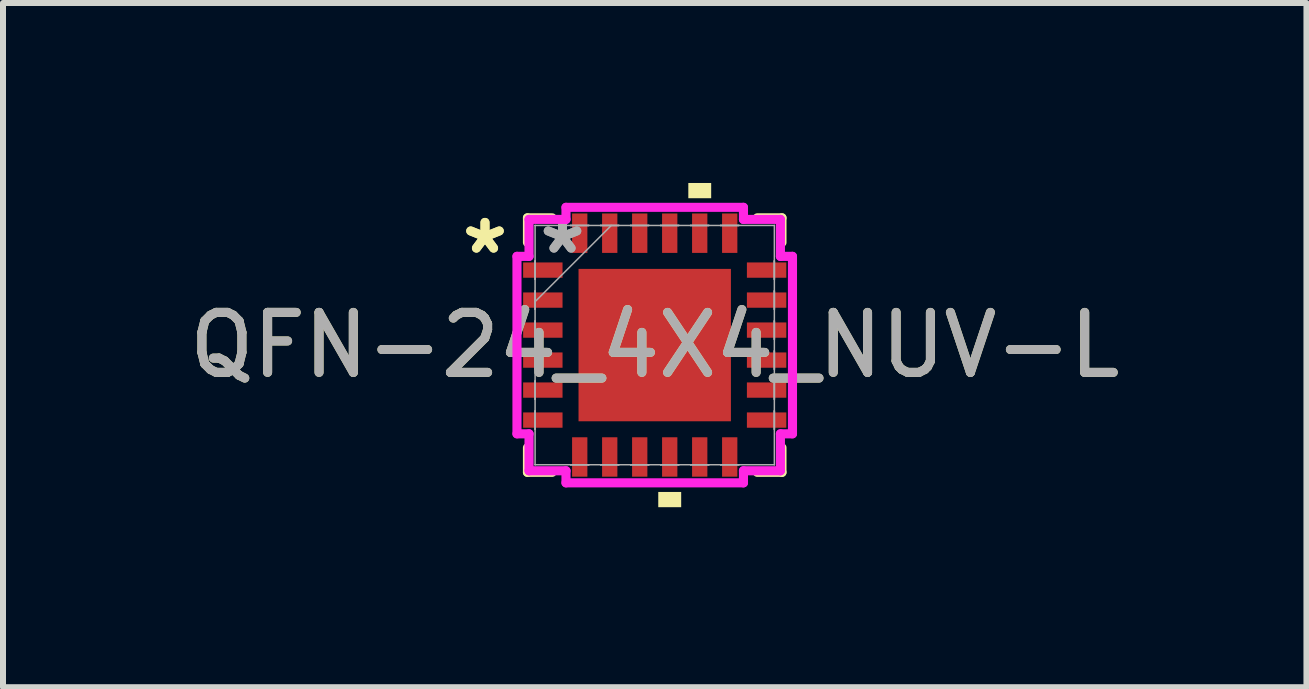
<source format=kicad_pcb>
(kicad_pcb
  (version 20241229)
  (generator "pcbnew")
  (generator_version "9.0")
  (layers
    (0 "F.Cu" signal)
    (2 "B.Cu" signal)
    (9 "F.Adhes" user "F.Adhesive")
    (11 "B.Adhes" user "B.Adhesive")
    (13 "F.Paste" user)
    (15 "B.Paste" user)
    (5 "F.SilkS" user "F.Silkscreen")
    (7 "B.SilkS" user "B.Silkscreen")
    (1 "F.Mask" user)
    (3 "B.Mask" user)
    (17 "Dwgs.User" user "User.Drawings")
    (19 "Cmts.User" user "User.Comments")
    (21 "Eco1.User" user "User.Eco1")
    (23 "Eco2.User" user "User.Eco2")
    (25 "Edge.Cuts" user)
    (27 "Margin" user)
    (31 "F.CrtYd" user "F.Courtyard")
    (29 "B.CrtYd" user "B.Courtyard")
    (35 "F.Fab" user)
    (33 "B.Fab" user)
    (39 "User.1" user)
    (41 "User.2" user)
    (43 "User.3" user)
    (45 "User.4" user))
  (footprint "QFN-24_4X4_NUV-L"
    (layer "F.Cu")
    (at 7.863 2.702)
    (property "Reference" "QFN-24_4X4_NUV-L" (at 0 0 0) (unlocked yes) (layer "F.SilkS") (effects (font (size 1 1) (thickness 0.15))))
    (attr smd)
    (fp_line (start -2.121 -2.121) (end -2.121 -1.71) (stroke (width 0.152) (type solid)) (layer "F.SilkS"))
    (fp_line (start -2.121 1.71) (end -2.121 2.121) (stroke (width 0.152) (type solid)) (layer "F.SilkS"))
    (fp_line (start -2.121 2.121) (end -1.71 2.121) (stroke (width 0.152) (type solid)) (layer "F.SilkS"))
    (fp_line (start -1.71 -2.121) (end -2.121 -2.121) (stroke (width 0.152) (type solid)) (layer "F.SilkS"))
    (fp_line (start 1.71 2.121) (end 2.121 2.121) (stroke (width 0.152) (type solid)) (layer "F.SilkS"))
    (fp_line (start 2.121 -2.121) (end 1.71 -2.121) (stroke (width 0.152) (type solid)) (layer "F.SilkS"))
    (fp_line (start 2.121 -1.71) (end 2.121 -2.121) (stroke (width 0.152) (type solid)) (layer "F.SilkS"))
    (fp_line (start 2.121 2.121) (end 2.121 1.71) (stroke (width 0.152) (type solid)) (layer "F.SilkS"))
    (fp_poly (pts (xy 0.059 2.448) (xy 0.059 2.702) (xy 0.441 2.702) (xy 0.441 2.448)) (stroke (width 0) (type solid)) (fill yes) (layer "F.SilkS"))
    (fp_poly (pts (xy 0.56 -2.448) (xy 0.56 -2.702) (xy 0.941 -2.702) (xy 0.941 -2.448)) (stroke (width 0) (type solid)) (fill yes) (layer "F.SilkS"))
    (fp_poly (pts (xy -1.17 -1.17) (xy -1.17 -0.1) (xy -0.1 -0.1) (xy -0.1 -1.17)) (stroke (width 0) (type solid)) (fill yes) (layer "F.Paste"))
    (fp_poly (pts (xy -1.17 0.1) (xy -1.17 1.17) (xy -0.1 1.17) (xy -0.1 0.1)) (stroke (width 0) (type solid)) (fill yes) (layer "F.Paste"))
    (fp_poly (pts (xy 0.1 -1.17) (xy 0.1 -0.1) (xy 1.17 -0.1) (xy 1.17 -1.17)) (stroke (width 0) (type solid)) (fill yes) (layer "F.Paste"))
    (fp_poly (pts (xy 0.1 0.1) (xy 0.1 1.17) (xy 1.17 1.17) (xy 1.17 0.1)) (stroke (width 0) (type solid)) (fill yes) (layer "F.Paste"))
    (fp_line (start -2.296 -1.479) (end -2.095 -1.479) (stroke (width 0.152) (type solid)) (layer "F.CrtYd"))
    (fp_line (start -2.296 1.479) (end -2.296 -1.479) (stroke (width 0.152) (type solid)) (layer "F.CrtYd"))
    (fp_line (start -2.095 -2.095) (end -1.479 -2.095) (stroke (width 0.152) (type solid)) (layer "F.CrtYd"))
    (fp_line (start -2.095 -1.479) (end -2.095 -2.095) (stroke (width 0.152) (type solid)) (layer "F.CrtYd"))
    (fp_line (start -2.095 1.479) (end -2.296 1.479) (stroke (width 0.152) (type solid)) (layer "F.CrtYd"))
    (fp_line (start -2.095 2.095) (end -2.095 1.479) (stroke (width 0.152) (type solid)) (layer "F.CrtYd"))
    (fp_line (start -1.479 -2.296) (end 1.479 -2.296) (stroke (width 0.152) (type solid)) (layer "F.CrtYd"))
    (fp_line (start -1.479 -2.095) (end -1.479 -2.296) (stroke (width 0.152) (type solid)) (layer "F.CrtYd"))
    (fp_line (start -1.479 2.095) (end -2.095 2.095) (stroke (width 0.152) (type solid)) (layer "F.CrtYd"))
    (fp_line (start -1.479 2.296) (end -1.479 2.095) (stroke (width 0.152) (type solid)) (layer "F.CrtYd"))
    (fp_line (start 1.479 -2.296) (end 1.479 -2.095) (stroke (width 0.152) (type solid)) (layer "F.CrtYd"))
    (fp_line (start 1.479 -2.095) (end 2.095 -2.095) (stroke (width 0.152) (type solid)) (layer "F.CrtYd"))
    (fp_line (start 1.479 2.095) (end 1.479 2.296) (stroke (width 0.152) (type solid)) (layer "F.CrtYd"))
    (fp_line (start 1.479 2.296) (end -1.479 2.296) (stroke (width 0.152) (type solid)) (layer "F.CrtYd"))
    (fp_line (start 2.095 -2.095) (end 2.095 -1.479) (stroke (width 0.152) (type solid)) (layer "F.CrtYd"))
    (fp_line (start 2.095 -1.479) (end 2.296 -1.479) (stroke (width 0.152) (type solid)) (layer "F.CrtYd"))
    (fp_line (start 2.095 1.479) (end 2.095 2.095) (stroke (width 0.152) (type solid)) (layer "F.CrtYd"))
    (fp_line (start 2.095 2.095) (end 1.479 2.095) (stroke (width 0.152) (type solid)) (layer "F.CrtYd"))
    (fp_line (start 2.296 -1.479) (end 2.296 1.479) (stroke (width 0.152) (type solid)) (layer "F.CrtYd"))
    (fp_line (start 2.296 1.479) (end 2.095 1.479) (stroke (width 0.152) (type solid)) (layer "F.CrtYd"))
    (fp_line (start -1.994 -1.994) (end -1.994 -1.994) (stroke (width 0.025) (type solid)) (layer "F.Fab"))
    (fp_line (start -1.994 -1.994) (end -1.994 1.994) (stroke (width 0.025) (type solid)) (layer "F.Fab"))
    (fp_line (start -1.994 -1.402) (end -1.994 -1.402) (stroke (width 0.025) (type solid)) (layer "F.Fab"))
    (fp_line (start -1.994 -1.402) (end -1.994 -1.098) (stroke (width 0.025) (type solid)) (layer "F.Fab"))
    (fp_line (start -1.994 -1.098) (end -1.994 -1.402) (stroke (width 0.025) (type solid)) (layer "F.Fab"))
    (fp_line (start -1.994 -1.098) (end -1.994 -1.098) (stroke (width 0.025) (type solid)) (layer "F.Fab"))
    (fp_line (start -1.994 -0.902) (end -1.994 -0.902) (stroke (width 0.025) (type solid)) (layer "F.Fab"))
    (fp_line (start -1.994 -0.902) (end -1.994 -0.598) (stroke (width 0.025) (type solid)) (layer "F.Fab"))
    (fp_line (start -1.994 -0.724) (end -0.724 -1.994) (stroke (width 0.025) (type solid)) (layer "F.Fab"))
    (fp_line (start -1.994 -0.598) (end -1.994 -0.902) (stroke (width 0.025) (type solid)) (layer "F.Fab"))
    (fp_line (start -1.994 -0.598) (end -1.994 -0.598) (stroke (width 0.025) (type solid)) (layer "F.Fab"))
    (fp_line (start -1.994 -0.402) (end -1.994 -0.402) (stroke (width 0.025) (type solid)) (layer "F.Fab"))
    (fp_line (start -1.994 -0.402) (end -1.994 -0.098) (stroke (width 0.025) (type solid)) (layer "F.Fab"))
    (fp_line (start -1.994 -0.098) (end -1.994 -0.402) (stroke (width 0.025) (type solid)) (layer "F.Fab"))
    (fp_line (start -1.994 -0.098) (end -1.994 -0.098) (stroke (width 0.025) (type solid)) (layer "F.Fab"))
    (fp_line (start -1.994 0.098) (end -1.994 0.098) (stroke (width 0.025) (type solid)) (layer "F.Fab"))
    (fp_line (start -1.994 0.098) (end -1.994 0.402) (stroke (width 0.025) (type solid)) (layer "F.Fab"))
    (fp_line (start -1.994 0.402) (end -1.994 0.098) (stroke (width 0.025) (type solid)) (layer "F.Fab"))
    (fp_line (start -1.994 0.402) (end -1.994 0.402) (stroke (width 0.025) (type solid)) (layer "F.Fab"))
    (fp_line (start -1.994 0.598) (end -1.994 0.598) (stroke (width 0.025) (type solid)) (layer "F.Fab"))
    (fp_line (start -1.994 0.598) (end -1.994 0.902) (stroke (width 0.025) (type solid)) (layer "F.Fab"))
    (fp_line (start -1.994 0.902) (end -1.994 0.598) (stroke (width 0.025) (type solid)) (layer "F.Fab"))
    (fp_line (start -1.994 0.902) (end -1.994 0.902) (stroke (width 0.025) (type solid)) (layer "F.Fab"))
    (fp_line (start -1.994 1.098) (end -1.994 1.098) (stroke (width 0.025) (type solid)) (layer "F.Fab"))
    (fp_line (start -1.994 1.098) (end -1.994 1.402) (stroke (width 0.025) (type solid)) (layer "F.Fab"))
    (fp_line (start -1.994 1.402) (end -1.994 1.098) (stroke (width 0.025) (type solid)) (layer "F.Fab"))
    (fp_line (start -1.994 1.402) (end -1.994 1.402) (stroke (width 0.025) (type solid)) (layer "F.Fab"))
    (fp_line (start -1.994 1.994) (end -1.994 1.994) (stroke (width 0.025) (type solid)) (layer "F.Fab"))
    (fp_line (start -1.994 1.994) (end 1.994 1.994) (stroke (width 0.025) (type solid)) (layer "F.Fab"))
    (fp_line (start -1.402 -1.994) (end -1.402 -1.994) (stroke (width 0.025) (type solid)) (layer "F.Fab"))
    (fp_line (start -1.402 -1.994) (end -1.098 -1.994) (stroke (width 0.025) (type solid)) (layer "F.Fab"))
    (fp_line (start -1.402 1.994) (end -1.402 1.994) (stroke (width 0.025) (type solid)) (layer "F.Fab"))
    (fp_line (start -1.402 1.994) (end -1.098 1.994) (stroke (width 0.025) (type solid)) (layer "F.Fab"))
    (fp_line (start -1.098 -1.994) (end -1.402 -1.994) (stroke (width 0.025) (type solid)) (layer "F.Fab"))
    (fp_line (start -1.098 -1.994) (end -1.098 -1.994) (stroke (width 0.025) (type solid)) (layer "F.Fab"))
    (fp_line (start -1.098 1.994) (end -1.402 1.994) (stroke (width 0.025) (type solid)) (layer "F.Fab"))
    (fp_line (start -1.098 1.994) (end -1.098 1.994) (stroke (width 0.025) (type solid)) (layer "F.Fab"))
    (fp_line (start -0.902 -1.994) (end -0.902 -1.994) (stroke (width 0.025) (type solid)) (layer "F.Fab"))
    (fp_line (start -0.902 -1.994) (end -0.598 -1.994) (stroke (width 0.025) (type solid)) (layer "F.Fab"))
    (fp_line (start -0.902 1.994) (end -0.902 1.994) (stroke (width 0.025) (type solid)) (layer "F.Fab"))
    (fp_line (start -0.902 1.994) (end -0.598 1.994) (stroke (width 0.025) (type solid)) (layer "F.Fab"))
    (fp_line (start -0.598 -1.994) (end -0.902 -1.994) (stroke (width 0.025) (type solid)) (layer "F.Fab"))
    (fp_line (start -0.598 -1.994) (end -0.598 -1.994) (stroke (width 0.025) (type solid)) (layer "F.Fab"))
    (fp_line (start -0.598 1.994) (end -0.902 1.994) (stroke (width 0.025) (type solid)) (layer "F.Fab"))
    (fp_line (start -0.598 1.994) (end -0.598 1.994) (stroke (width 0.025) (type solid)) (layer "F.Fab"))
    (fp_line (start -0.402 -1.994) (end -0.402 -1.994) (stroke (width 0.025) (type solid)) (layer "F.Fab"))
    (fp_line (start -0.402 -1.994) (end -0.098 -1.994) (stroke (width 0.025) (type solid)) (layer "F.Fab"))
    (fp_line (start -0.402 1.994) (end -0.402 1.994) (stroke (width 0.025) (type solid)) (layer "F.Fab"))
    (fp_line (start -0.402 1.994) (end -0.098 1.994) (stroke (width 0.025) (type solid)) (layer "F.Fab"))
    (fp_line (start -0.098 -1.994) (end -0.402 -1.994) (stroke (width 0.025) (type solid)) (layer "F.Fab"))
    (fp_line (start -0.098 -1.994) (end -0.098 -1.994) (stroke (width 0.025) (type solid)) (layer "F.Fab"))
    (fp_line (start -0.098 1.994) (end -0.402 1.994) (stroke (width 0.025) (type solid)) (layer "F.Fab"))
    (fp_line (start -0.098 1.994) (end -0.098 1.994) (stroke (width 0.025) (type solid)) (layer "F.Fab"))
    (fp_line (start 0.098 -1.994) (end 0.098 -1.994) (stroke (width 0.025) (type solid)) (layer "F.Fab"))
    (fp_line (start 0.098 -1.994) (end 0.402 -1.994) (stroke (width 0.025) (type solid)) (layer "F.Fab"))
    (fp_line (start 0.098 1.994) (end 0.098 1.994) (stroke (width 0.025) (type solid)) (layer "F.Fab"))
    (fp_line (start 0.098 1.994) (end 0.402 1.994) (stroke (width 0.025) (type solid)) (layer "F.Fab"))
    (fp_line (start 0.402 -1.994) (end 0.098 -1.994) (stroke (width 0.025) (type solid)) (layer "F.Fab"))
    (fp_line (start 0.402 -1.994) (end 0.402 -1.994) (stroke (width 0.025) (type solid)) (layer "F.Fab"))
    (fp_line (start 0.402 1.994) (end 0.098 1.994) (stroke (width 0.025) (type solid)) (layer "F.Fab"))
    (fp_line (start 0.402 1.994) (end 0.402 1.994) (stroke (width 0.025) (type solid)) (layer "F.Fab"))
    (fp_line (start 0.598 -1.994) (end 0.598 -1.994) (stroke (width 0.025) (type solid)) (layer "F.Fab"))
    (fp_line (start 0.598 -1.994) (end 0.902 -1.994) (stroke (width 0.025) (type solid)) (layer "F.Fab"))
    (fp_line (start 0.598 1.994) (end 0.598 1.994) (stroke (width 0.025) (type solid)) (layer "F.Fab"))
    (fp_line (start 0.598 1.994) (end 0.902 1.994) (stroke (width 0.025) (type solid)) (layer "F.Fab"))
    (fp_line (start 0.902 -1.994) (end 0.598 -1.994) (stroke (width 0.025) (type solid)) (layer "F.Fab"))
    (fp_line (start 0.902 -1.994) (end 0.902 -1.994) (stroke (width 0.025) (type solid)) (layer "F.Fab"))
    (fp_line (start 0.902 1.994) (end 0.598 1.994) (stroke (width 0.025) (type solid)) (layer "F.Fab"))
    (fp_line (start 0.902 1.994) (end 0.902 1.994) (stroke (width 0.025) (type solid)) (layer "F.Fab"))
    (fp_line (start 1.098 -1.994) (end 1.098 -1.994) (stroke (width 0.025) (type solid)) (layer "F.Fab"))
    (fp_line (start 1.098 -1.994) (end 1.402 -1.994) (stroke (width 0.025) (type solid)) (layer "F.Fab"))
    (fp_line (start 1.098 1.994) (end 1.098 1.994) (stroke (width 0.025) (type solid)) (layer "F.Fab"))
    (fp_line (start 1.098 1.994) (end 1.402 1.994) (stroke (width 0.025) (type solid)) (layer "F.Fab"))
    (fp_line (start 1.402 -1.994) (end 1.098 -1.994) (stroke (width 0.025) (type solid)) (layer "F.Fab"))
    (fp_line (start 1.402 -1.994) (end 1.402 -1.994) (stroke (width 0.025) (type solid)) (layer "F.Fab"))
    (fp_line (start 1.402 1.994) (end 1.098 1.994) (stroke (width 0.025) (type solid)) (layer "F.Fab"))
    (fp_line (start 1.402 1.994) (end 1.402 1.994) (stroke (width 0.025) (type solid)) (layer "F.Fab"))
    (fp_line (start 1.994 -1.994) (end -1.994 -1.994) (stroke (width 0.025) (type solid)) (layer "F.Fab"))
    (fp_line (start 1.994 -1.994) (end 1.994 -1.994) (stroke (width 0.025) (type solid)) (layer "F.Fab"))
    (fp_line (start 1.994 -1.402) (end 1.994 -1.402) (stroke (width 0.025) (type solid)) (layer "F.Fab"))
    (fp_line (start 1.994 -1.402) (end 1.994 -1.098) (stroke (width 0.025) (type solid)) (layer "F.Fab"))
    (fp_line (start 1.994 -1.098) (end 1.994 -1.402) (stroke (width 0.025) (type solid)) (layer "F.Fab"))
    (fp_line (start 1.994 -1.098) (end 1.994 -1.098) (stroke (width 0.025) (type solid)) (layer "F.Fab"))
    (fp_line (start 1.994 -0.902) (end 1.994 -0.902) (stroke (width 0.025) (type solid)) (layer "F.Fab"))
    (fp_line (start 1.994 -0.902) (end 1.994 -0.598) (stroke (width 0.025) (type solid)) (layer "F.Fab"))
    (fp_line (start 1.994 -0.598) (end 1.994 -0.902) (stroke (width 0.025) (type solid)) (layer "F.Fab"))
    (fp_line (start 1.994 -0.598) (end 1.994 -0.598) (stroke (width 0.025) (type solid)) (layer "F.Fab"))
    (fp_line (start 1.994 -0.402) (end 1.994 -0.402) (stroke (width 0.025) (type solid)) (layer "F.Fab"))
    (fp_line (start 1.994 -0.402) (end 1.994 -0.098) (stroke (width 0.025) (type solid)) (layer "F.Fab"))
    (fp_line (start 1.994 -0.098) (end 1.994 -0.402) (stroke (width 0.025) (type solid)) (layer "F.Fab"))
    (fp_line (start 1.994 -0.098) (end 1.994 -0.098) (stroke (width 0.025) (type solid)) (layer "F.Fab"))
    (fp_line (start 1.994 0.098) (end 1.994 0.098) (stroke (width 0.025) (type solid)) (layer "F.Fab"))
    (fp_line (start 1.994 0.098) (end 1.994 0.402) (stroke (width 0.025) (type solid)) (layer "F.Fab"))
    (fp_line (start 1.994 0.402) (end 1.994 0.098) (stroke (width 0.025) (type solid)) (layer "F.Fab"))
    (fp_line (start 1.994 0.402) (end 1.994 0.402) (stroke (width 0.025) (type solid)) (layer "F.Fab"))
    (fp_line (start 1.994 0.598) (end 1.994 0.598) (stroke (width 0.025) (type solid)) (layer "F.Fab"))
    (fp_line (start 1.994 0.598) (end 1.994 0.902) (stroke (width 0.025) (type solid)) (layer "F.Fab"))
    (fp_line (start 1.994 0.902) (end 1.994 0.598) (stroke (width 0.025) (type solid)) (layer "F.Fab"))
    (fp_line (start 1.994 0.902) (end 1.994 0.902) (stroke (width 0.025) (type solid)) (layer "F.Fab"))
    (fp_line (start 1.994 1.098) (end 1.994 1.098) (stroke (width 0.025) (type solid)) (layer "F.Fab"))
    (fp_line (start 1.994 1.098) (end 1.994 1.402) (stroke (width 0.025) (type solid)) (layer "F.Fab"))
    (fp_line (start 1.994 1.402) (end 1.994 1.098) (stroke (width 0.025) (type solid)) (layer "F.Fab"))
    (fp_line (start 1.994 1.402) (end 1.994 1.402) (stroke (width 0.025) (type solid)) (layer "F.Fab"))
    (fp_line (start 1.994 1.994) (end 1.994 -1.994) (stroke (width 0.025) (type solid)) (layer "F.Fab"))
    (fp_line (start 1.994 1.994) (end 1.994 1.994) (stroke (width 0.025) (type solid)) (layer "F.Fab"))
    (fp_text user "*" (at -2.829 -1.5 0) (layer "F.SilkS") (effects (font (size 1 1) (thickness 0.15))))
    (fp_text user "*" (at -2.829 -1.5 0) (unlocked yes) (layer "F.SilkS") (effects (font (size 1 1) (thickness 0.15))))
    (fp_text user "*" (at -1.537 -1.5 0) (unlocked yes) (layer "F.Fab") (effects (font (size 1 1) (thickness 0.15))))
    (fp_text user "${REFERENCE}" (at 0 0 0) (unlocked yes) (layer "F.Fab") (effects (font (size 1 1) (thickness 0.15))))
    (fp_text user "*" (at -1.537 -1.5 0) (layer "F.Fab") (effects (font (size 1 1) (thickness 0.15))))
    (pad "1" smd rect (at -1.865 -1.25 90) (size 0.255 0.657) (layers "F.Cu" "F.Mask" "F.Paste"))
    (pad "2" smd rect (at -1.865 -0.75 90) (size 0.255 0.657) (layers "F.Cu" "F.Mask" "F.Paste"))
    (pad "3" smd rect (at -1.865 -0.25 90) (size 0.255 0.657) (layers "F.Cu" "F.Mask" "F.Paste"))
    (pad "4" smd rect (at -1.865 0.25 90) (size 0.255 0.657) (layers "F.Cu" "F.Mask" "F.Paste"))
    (pad "5" smd rect (at -1.865 0.75 90) (size 0.255 0.657) (layers "F.Cu" "F.Mask" "F.Paste"))
    (pad "6" smd rect (at -1.865 1.25 90) (size 0.255 0.657) (layers "F.Cu" "F.Mask" "F.Paste"))
    (pad "7" smd rect (at -1.25 1.865) (size 0.255 0.657) (layers "F.Cu" "F.Mask" "F.Paste"))
    (pad "8" smd rect (at -0.75 1.865) (size 0.255 0.657) (layers "F.Cu" "F.Mask" "F.Paste"))
    (pad "9" smd rect (at -0.25 1.865) (size 0.255 0.657) (layers "F.Cu" "F.Mask" "F.Paste"))
    (pad "10" smd rect (at 0.25 1.865) (size 0.255 0.657) (layers "F.Cu" "F.Mask" "F.Paste"))
    (pad "11" smd rect (at 0.75 1.865) (size 0.255 0.657) (layers "F.Cu" "F.Mask" "F.Paste"))
    (pad "12" smd rect (at 1.25 1.865) (size 0.255 0.657) (layers "F.Cu" "F.Mask" "F.Paste"))
    (pad "13" smd rect (at 1.865 1.25 90) (size 0.255 0.657) (layers "F.Cu" "F.Mask" "F.Paste"))
    (pad "14" smd rect (at 1.865 0.75 90) (size 0.255 0.657) (layers "F.Cu" "F.Mask" "F.Paste"))
    (pad "15" smd rect (at 1.865 0.25 90) (size 0.255 0.657) (layers "F.Cu" "F.Mask" "F.Paste"))
    (pad "16" smd rect (at 1.865 -0.25 90) (size 0.255 0.657) (layers "F.Cu" "F.Mask" "F.Paste"))
    (pad "17" smd rect (at 1.865 -0.75 90) (size 0.255 0.657) (layers "F.Cu" "F.Mask" "F.Paste"))
    (pad "18" smd rect (at 1.865 -1.25 90) (size 0.255 0.657) (layers "F.Cu" "F.Mask" "F.Paste"))
    (pad "19" smd rect (at 1.25 -1.865) (size 0.255 0.657) (layers "F.Cu" "F.Mask" "F.Paste"))
    (pad "20" smd rect (at 0.75 -1.865) (size 0.255 0.657) (layers "F.Cu" "F.Mask" "F.Paste"))
    (pad "21" smd rect (at 0.25 -1.865) (size 0.255 0.657) (layers "F.Cu" "F.Mask" "F.Paste"))
    (pad "22" smd rect (at -0.25 -1.865) (size 0.255 0.657) (layers "F.Cu" "F.Mask" "F.Paste"))
    (pad "23" smd rect (at -0.75 -1.865) (size 0.255 0.657) (layers "F.Cu" "F.Mask" "F.Paste"))
    (pad "24" smd rect (at -1.25 -1.865) (size 0.255 0.657) (layers "F.Cu" "F.Mask" "F.Paste"))
    (pad "25" smd rect (at 0 0) (size 2.54 2.54) (layers "F.Cu" "F.Mask")))
  (gr_rect
    (start -3 -3)
    (end 18.726 8.404)
    (stroke (width 0.1) (type default))
    (fill no)
    (layer "Edge.Cuts")))
</source>
